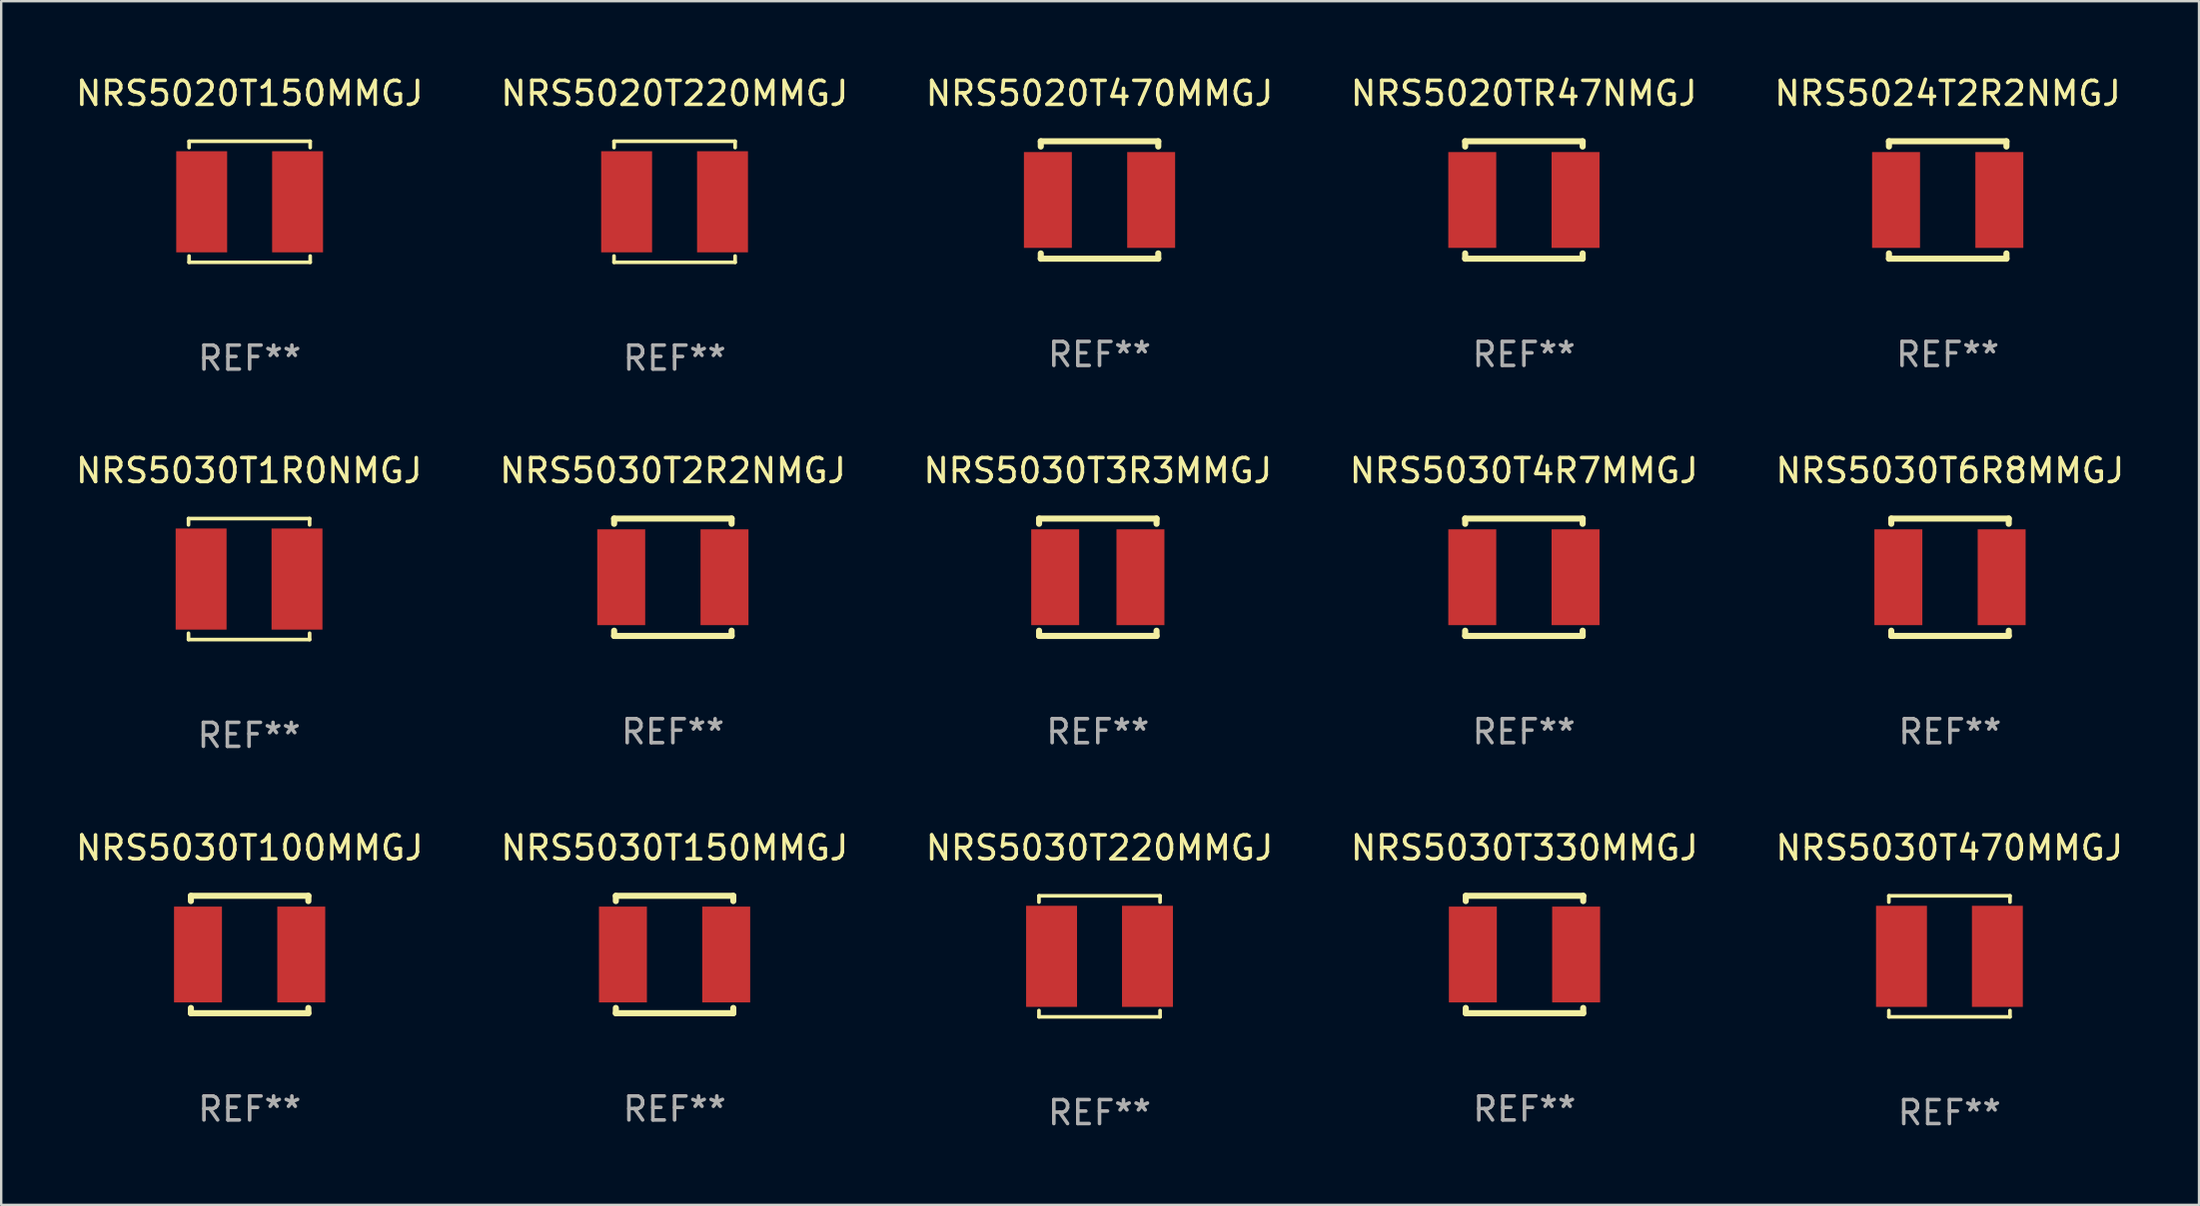
<source format=kicad_pcb>
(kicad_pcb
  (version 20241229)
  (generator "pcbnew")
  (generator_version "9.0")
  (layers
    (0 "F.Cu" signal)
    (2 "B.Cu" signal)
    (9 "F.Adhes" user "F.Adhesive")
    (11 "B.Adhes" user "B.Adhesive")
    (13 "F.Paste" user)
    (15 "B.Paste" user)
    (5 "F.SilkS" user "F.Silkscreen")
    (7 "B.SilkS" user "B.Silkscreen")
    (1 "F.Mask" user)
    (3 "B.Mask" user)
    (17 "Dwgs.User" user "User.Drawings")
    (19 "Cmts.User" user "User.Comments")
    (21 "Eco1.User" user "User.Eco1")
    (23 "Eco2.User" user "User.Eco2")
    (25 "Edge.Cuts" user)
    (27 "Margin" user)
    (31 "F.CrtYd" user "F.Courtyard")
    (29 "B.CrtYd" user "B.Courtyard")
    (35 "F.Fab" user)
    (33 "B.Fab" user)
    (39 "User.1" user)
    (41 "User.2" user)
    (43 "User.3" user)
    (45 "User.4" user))
  (footprint "NRS5030T4R7MMGJ"
    (layer "F.Cu")
    (at 60.518 21.047)
    (property "Reference" "NRS5030T4R7MMGJ" (at 0 -4.45 0) (layer "F.SilkS") (effects (font (size 1 1) (thickness 0.15))))
    (attr through_hole)
    (fp_line (start -2.45 -2.45) (end 2.45 -2.45) (stroke (width 0.254) (type solid)) (layer "F.SilkS"))
    (fp_line (start -2.45 -2.231) (end -2.45 -2.45) (stroke (width 0.254) (type solid)) (layer "F.SilkS"))
    (fp_line (start -2.45 2.45) (end -2.45 2.231) (stroke (width 0.254) (type solid)) (layer "F.SilkS"))
    (fp_line (start -2.45 2.45) (end 2.45 2.45) (stroke (width 0.254) (type solid)) (layer "F.SilkS"))
    (fp_line (start 2.45 -2.45) (end 2.45 -2.231) (stroke (width 0.254) (type solid)) (layer "F.SilkS"))
    (fp_line (start 2.45 2.231) (end 2.45 2.45) (stroke (width 0.254) (type solid)) (layer "F.SilkS"))
    (fp_circle (center -2.45 2.45) (end -2.42 2.45) (stroke (width 0.06) (type solid)) (fill no) (layer "F.SilkS"))
    (fp_text user "REF**" (at 0 6.45 0) (layer "F.Fab") (effects (font (size 1 1) (thickness 0.15))))
    (pad "1" smd rect (at -2.154 0) (size 2 4) (layers "F.Cu" "F.Mask" "F.Paste"))
    (pad "2" smd rect (at 2.154 0) (size 2 4) (layers "F.Cu" "F.Mask" "F.Paste")))
  (footprint "NRS5030T470MMGJ"
    (layer "F.Cu")
    (at 78.268 36.872)
    (property "Reference" "NRS5030T470MMGJ" (at 0 -4.526 0) (layer "F.SilkS") (effects (font (size 1 1) (thickness 0.15))))
    (attr through_hole)
    (fp_line (start -2.526 -2.526) (end 2.526 -2.526) (stroke (width 0.152) (type solid)) (layer "F.SilkS"))
    (fp_line (start -2.526 -2.262) (end -2.526 -2.526) (stroke (width 0.152) (type solid)) (layer "F.SilkS"))
    (fp_line (start -2.526 2.262) (end -2.526 2.526) (stroke (width 0.152) (type solid)) (layer "F.SilkS"))
    (fp_line (start -2.526 2.526) (end 2.526 2.526) (stroke (width 0.152) (type solid)) (layer "F.SilkS"))
    (fp_line (start 2.526 -2.526) (end 2.526 -2.262) (stroke (width 0.152) (type solid)) (layer "F.SilkS"))
    (fp_line (start 2.526 2.526) (end 2.526 2.262) (stroke (width 0.152) (type solid)) (layer "F.SilkS"))
    (fp_circle (center 2.5 -2.5) (end 2.53 -2.5) (stroke (width 0.06) (type solid)) (fill no) (layer "F.SilkS"))
    (fp_text user "REF**" (at 0 6.526 0) (layer "F.Fab") (effects (font (size 1 1) (thickness 0.15))))
    (pad "1" smd rect (at 2 0) (size 2.124 4.22) (layers "F.Cu" "F.Mask" "F.Paste"))
    (pad "2" smd rect (at -2 0) (size 2.124 4.22) (layers "F.Cu" "F.Mask" "F.Paste")))
  (footprint "NRS5020T150MMGJ"
    (layer "F.Cu")
    (at 7.363 5.374)
    (property "Reference" "NRS5020T150MMGJ" (at 0 -4.526 0) (layer "F.SilkS") (effects (font (size 1 1) (thickness 0.15))))
    (attr through_hole)
    (fp_line (start -2.526 -2.526) (end 2.526 -2.526) (stroke (width 0.152) (type solid)) (layer "F.SilkS"))
    (fp_line (start -2.526 -2.262) (end -2.526 -2.526) (stroke (width 0.152) (type solid)) (layer "F.SilkS"))
    (fp_line (start -2.526 2.262) (end -2.526 2.526) (stroke (width 0.152) (type solid)) (layer "F.SilkS"))
    (fp_line (start -2.526 2.526) (end 2.526 2.526) (stroke (width 0.152) (type solid)) (layer "F.SilkS"))
    (fp_line (start 2.526 -2.526) (end 2.526 -2.262) (stroke (width 0.152) (type solid)) (layer "F.SilkS"))
    (fp_line (start 2.526 2.526) (end 2.526 2.262) (stroke (width 0.152) (type solid)) (layer "F.SilkS"))
    (fp_circle (center 2.5 -2.5) (end 2.53 -2.5) (stroke (width 0.06) (type solid)) (fill no) (layer "F.SilkS"))
    (fp_text user "REF**" (at 0 6.526 0) (layer "F.Fab") (effects (font (size 1 1) (thickness 0.15))))
    (pad "1" smd rect (at 2 0) (size 2.124 4.22) (layers "F.Cu" "F.Mask" "F.Paste"))
    (pad "2" smd rect (at -2 0) (size 2.124 4.22) (layers "F.Cu" "F.Mask" "F.Paste")))
  (footprint "NRS5030T6R8MMGJ"
    (layer "F.Cu")
    (at 78.292 21.047)
    (property "Reference" "NRS5030T6R8MMGJ" (at 0 -4.45 0) (layer "F.SilkS") (effects (font (size 1 1) (thickness 0.15))))
    (attr through_hole)
    (fp_line (start -2.45 -2.45) (end 2.45 -2.45) (stroke (width 0.254) (type solid)) (layer "F.SilkS"))
    (fp_line (start -2.45 -2.231) (end -2.45 -2.45) (stroke (width 0.254) (type solid)) (layer "F.SilkS"))
    (fp_line (start -2.45 2.45) (end -2.45 2.231) (stroke (width 0.254) (type solid)) (layer "F.SilkS"))
    (fp_line (start -2.45 2.45) (end 2.45 2.45) (stroke (width 0.254) (type solid)) (layer "F.SilkS"))
    (fp_line (start 2.45 -2.45) (end 2.45 -2.231) (stroke (width 0.254) (type solid)) (layer "F.SilkS"))
    (fp_line (start 2.45 2.231) (end 2.45 2.45) (stroke (width 0.254) (type solid)) (layer "F.SilkS"))
    (fp_circle (center -2.45 2.45) (end -2.42 2.45) (stroke (width 0.06) (type solid)) (fill no) (layer "F.SilkS"))
    (fp_text user "REF**" (at 0 6.45 0) (layer "F.Fab") (effects (font (size 1 1) (thickness 0.15))))
    (pad "1" smd rect (at -2.154 0) (size 2 4) (layers "F.Cu" "F.Mask" "F.Paste"))
    (pad "2" smd rect (at 2.154 0) (size 2 4) (layers "F.Cu" "F.Mask" "F.Paste")))
  (footprint "NRS5024T2R2NMGJ"
    (layer "F.Cu")
    (at 78.196 5.298)
    (property "Reference" "NRS5024T2R2NMGJ" (at 0 -4.45 0) (layer "F.SilkS") (effects (font (size 1 1) (thickness 0.15))))
    (attr through_hole)
    (fp_line (start -2.45 -2.45) (end 2.45 -2.45) (stroke (width 0.254) (type solid)) (layer "F.SilkS"))
    (fp_line (start -2.45 -2.231) (end -2.45 -2.45) (stroke (width 0.254) (type solid)) (layer "F.SilkS"))
    (fp_line (start -2.45 2.45) (end -2.45 2.231) (stroke (width 0.254) (type solid)) (layer "F.SilkS"))
    (fp_line (start -2.45 2.45) (end 2.45 2.45) (stroke (width 0.254) (type solid)) (layer "F.SilkS"))
    (fp_line (start 2.45 -2.45) (end 2.45 -2.231) (stroke (width 0.254) (type solid)) (layer "F.SilkS"))
    (fp_line (start 2.45 2.231) (end 2.45 2.45) (stroke (width 0.254) (type solid)) (layer "F.SilkS"))
    (fp_circle (center -2.45 2.45) (end -2.42 2.45) (stroke (width 0.06) (type solid)) (fill no) (layer "F.SilkS"))
    (fp_text user "REF**" (at 0 6.45 0) (layer "F.Fab") (effects (font (size 1 1) (thickness 0.15))))
    (pad "1" smd rect (at -2.154 0) (size 2 4) (layers "F.Cu" "F.Mask" "F.Paste"))
    (pad "2" smd rect (at 2.154 0) (size 2 4) (layers "F.Cu" "F.Mask" "F.Paste")))
  (footprint "NRS5030T1R0NMGJ"
    (layer "F.Cu")
    (at 7.339 21.123)
    (property "Reference" "NRS5030T1R0NMGJ" (at 0 -4.526 0) (layer "F.SilkS") (effects (font (size 1 1) (thickness 0.15))))
    (attr through_hole)
    (fp_line (start -2.526 -2.526) (end 2.526 -2.526) (stroke (width 0.152) (type solid)) (layer "F.SilkS"))
    (fp_line (start -2.526 -2.262) (end -2.526 -2.526) (stroke (width 0.152) (type solid)) (layer "F.SilkS"))
    (fp_line (start -2.526 2.262) (end -2.526 2.526) (stroke (width 0.152) (type solid)) (layer "F.SilkS"))
    (fp_line (start -2.526 2.526) (end 2.526 2.526) (stroke (width 0.152) (type solid)) (layer "F.SilkS"))
    (fp_line (start 2.526 -2.526) (end 2.526 -2.262) (stroke (width 0.152) (type solid)) (layer "F.SilkS"))
    (fp_line (start 2.526 2.526) (end 2.526 2.262) (stroke (width 0.152) (type solid)) (layer "F.SilkS"))
    (fp_circle (center 2.5 -2.5) (end 2.53 -2.5) (stroke (width 0.06) (type solid)) (fill no) (layer "F.SilkS"))
    (fp_text user "REF**" (at 0 6.526 0) (layer "F.Fab") (effects (font (size 1 1) (thickness 0.15))))
    (pad "1" smd rect (at 2 0) (size 2.124 4.22) (layers "F.Cu" "F.Mask" "F.Paste"))
    (pad "2" smd rect (at -2 0) (size 2.124 4.22) (layers "F.Cu" "F.Mask" "F.Paste")))
  (footprint "NRS5030T2R2NMGJ"
    (layer "F.Cu")
    (at 25.018 21.047)
    (property "Reference" "NRS5030T2R2NMGJ" (at 0 -4.45 0) (layer "F.SilkS") (effects (font (size 1 1) (thickness 0.15))))
    (attr through_hole)
    (fp_line (start -2.45 -2.45) (end 2.45 -2.45) (stroke (width 0.254) (type solid)) (layer "F.SilkS"))
    (fp_line (start -2.45 -2.231) (end -2.45 -2.45) (stroke (width 0.254) (type solid)) (layer "F.SilkS"))
    (fp_line (start -2.45 2.45) (end -2.45 2.231) (stroke (width 0.254) (type solid)) (layer "F.SilkS"))
    (fp_line (start -2.45 2.45) (end 2.45 2.45) (stroke (width 0.254) (type solid)) (layer "F.SilkS"))
    (fp_line (start 2.45 -2.45) (end 2.45 -2.231) (stroke (width 0.254) (type solid)) (layer "F.SilkS"))
    (fp_line (start 2.45 2.231) (end 2.45 2.45) (stroke (width 0.254) (type solid)) (layer "F.SilkS"))
    (fp_circle (center -2.45 2.45) (end -2.42 2.45) (stroke (width 0.06) (type solid)) (fill no) (layer "F.SilkS"))
    (fp_text user "REF**" (at 0 6.45 0) (layer "F.Fab") (effects (font (size 1 1) (thickness 0.15))))
    (pad "1" smd rect (at -2.154 0) (size 2 4) (layers "F.Cu" "F.Mask" "F.Paste"))
    (pad "2" smd rect (at 2.154 0) (size 2 4) (layers "F.Cu" "F.Mask" "F.Paste")))
  (footprint "NRS5020T470MMGJ"
    (layer "F.Cu")
    (at 42.815 5.298)
    (property "Reference" "NRS5020T470MMGJ" (at 0 -4.45 0) (layer "F.SilkS") (effects (font (size 1 1) (thickness 0.15))))
    (attr through_hole)
    (fp_line (start -2.45 -2.45) (end 2.45 -2.45) (stroke (width 0.254) (type solid)) (layer "F.SilkS"))
    (fp_line (start -2.45 -2.231) (end -2.45 -2.45) (stroke (width 0.254) (type solid)) (layer "F.SilkS"))
    (fp_line (start -2.45 2.45) (end -2.45 2.231) (stroke (width 0.254) (type solid)) (layer "F.SilkS"))
    (fp_line (start -2.45 2.45) (end 2.45 2.45) (stroke (width 0.254) (type solid)) (layer "F.SilkS"))
    (fp_line (start 2.45 -2.45) (end 2.45 -2.231) (stroke (width 0.254) (type solid)) (layer "F.SilkS"))
    (fp_line (start 2.45 2.231) (end 2.45 2.45) (stroke (width 0.254) (type solid)) (layer "F.SilkS"))
    (fp_circle (center -2.45 2.45) (end -2.42 2.45) (stroke (width 0.06) (type solid)) (fill no) (layer "F.SilkS"))
    (fp_text user "REF**" (at 0 6.45 0) (layer "F.Fab") (effects (font (size 1 1) (thickness 0.15))))
    (pad "1" smd rect (at -2.154 0) (size 2 4) (layers "F.Cu" "F.Mask" "F.Paste"))
    (pad "2" smd rect (at 2.154 0) (size 2 4) (layers "F.Cu" "F.Mask" "F.Paste")))
  (footprint "NRS5030T150MMGJ"
    (layer "F.Cu")
    (at 25.089 36.796)
    (property "Reference" "NRS5030T150MMGJ" (at 0 -4.45 0) (layer "F.SilkS") (effects (font (size 1 1) (thickness 0.15))))
    (attr through_hole)
    (fp_line (start -2.45 -2.45) (end 2.45 -2.45) (stroke (width 0.254) (type solid)) (layer "F.SilkS"))
    (fp_line (start -2.45 -2.231) (end -2.45 -2.45) (stroke (width 0.254) (type solid)) (layer "F.SilkS"))
    (fp_line (start -2.45 2.45) (end -2.45 2.231) (stroke (width 0.254) (type solid)) (layer "F.SilkS"))
    (fp_line (start -2.45 2.45) (end 2.45 2.45) (stroke (width 0.254) (type solid)) (layer "F.SilkS"))
    (fp_line (start 2.45 -2.45) (end 2.45 -2.231) (stroke (width 0.254) (type solid)) (layer "F.SilkS"))
    (fp_line (start 2.45 2.231) (end 2.45 2.45) (stroke (width 0.254) (type solid)) (layer "F.SilkS"))
    (fp_circle (center -2.45 2.45) (end -2.42 2.45) (stroke (width 0.06) (type solid)) (fill no) (layer "F.SilkS"))
    (fp_text user "REF**" (at 0 6.45 0) (layer "F.Fab") (effects (font (size 1 1) (thickness 0.15))))
    (pad "1" smd rect (at -2.154 0) (size 2 4) (layers "F.Cu" "F.Mask" "F.Paste"))
    (pad "2" smd rect (at 2.154 0) (size 2 4) (layers "F.Cu" "F.Mask" "F.Paste")))
  (footprint "NRS5020TR47NMGJ"
    (layer "F.Cu")
    (at 60.518 5.298)
    (property "Reference" "NRS5020TR47NMGJ" (at 0 -4.45 0) (layer "F.SilkS") (effects (font (size 1 1) (thickness 0.15))))
    (attr through_hole)
    (fp_line (start -2.45 -2.45) (end 2.45 -2.45) (stroke (width 0.254) (type solid)) (layer "F.SilkS"))
    (fp_line (start -2.45 -2.231) (end -2.45 -2.45) (stroke (width 0.254) (type solid)) (layer "F.SilkS"))
    (fp_line (start -2.45 2.45) (end -2.45 2.231) (stroke (width 0.254) (type solid)) (layer "F.SilkS"))
    (fp_line (start -2.45 2.45) (end 2.45 2.45) (stroke (width 0.254) (type solid)) (layer "F.SilkS"))
    (fp_line (start 2.45 -2.45) (end 2.45 -2.231) (stroke (width 0.254) (type solid)) (layer "F.SilkS"))
    (fp_line (start 2.45 2.231) (end 2.45 2.45) (stroke (width 0.254) (type solid)) (layer "F.SilkS"))
    (fp_circle (center -2.45 2.45) (end -2.42 2.45) (stroke (width 0.06) (type solid)) (fill no) (layer "F.SilkS"))
    (fp_text user "REF**" (at 0 6.45 0) (layer "F.Fab") (effects (font (size 1 1) (thickness 0.15))))
    (pad "1" smd rect (at -2.154 0) (size 2 4) (layers "F.Cu" "F.Mask" "F.Paste"))
    (pad "2" smd rect (at 2.154 0) (size 2 4) (layers "F.Cu" "F.Mask" "F.Paste")))
  (footprint "NRS5030T220MMGJ"
    (layer "F.Cu")
    (at 42.815 36.872)
    (property "Reference" "NRS5030T220MMGJ" (at 0 -4.526 0) (layer "F.SilkS") (effects (font (size 1 1) (thickness 0.15))))
    (attr through_hole)
    (fp_line (start -2.526 -2.526) (end 2.526 -2.526) (stroke (width 0.152) (type solid)) (layer "F.SilkS"))
    (fp_line (start -2.526 -2.262) (end -2.526 -2.526) (stroke (width 0.152) (type solid)) (layer "F.SilkS"))
    (fp_line (start -2.526 2.262) (end -2.526 2.526) (stroke (width 0.152) (type solid)) (layer "F.SilkS"))
    (fp_line (start -2.526 2.526) (end 2.526 2.526) (stroke (width 0.152) (type solid)) (layer "F.SilkS"))
    (fp_line (start 2.526 -2.526) (end 2.526 -2.262) (stroke (width 0.152) (type solid)) (layer "F.SilkS"))
    (fp_line (start 2.526 2.526) (end 2.526 2.262) (stroke (width 0.152) (type solid)) (layer "F.SilkS"))
    (fp_circle (center 2.5 -2.5) (end 2.53 -2.5) (stroke (width 0.06) (type solid)) (fill no) (layer "F.SilkS"))
    (fp_text user "REF**" (at 0 6.526 0) (layer "F.Fab") (effects (font (size 1 1) (thickness 0.15))))
    (pad "1" smd rect (at 2 0) (size 2.124 4.22) (layers "F.Cu" "F.Mask" "F.Paste"))
    (pad "2" smd rect (at -2 0) (size 2.124 4.22) (layers "F.Cu" "F.Mask" "F.Paste")))
  (footprint "NRS5030T100MMGJ"
    (layer "F.Cu")
    (at 7.363 36.796)
    (property "Reference" "NRS5030T100MMGJ" (at 0 -4.45 0) (layer "F.SilkS") (effects (font (size 1 1) (thickness 0.15))))
    (attr through_hole)
    (fp_line (start -2.45 -2.45) (end 2.45 -2.45) (stroke (width 0.254) (type solid)) (layer "F.SilkS"))
    (fp_line (start -2.45 -2.231) (end -2.45 -2.45) (stroke (width 0.254) (type solid)) (layer "F.SilkS"))
    (fp_line (start -2.45 2.45) (end -2.45 2.231) (stroke (width 0.254) (type solid)) (layer "F.SilkS"))
    (fp_line (start -2.45 2.45) (end 2.45 2.45) (stroke (width 0.254) (type solid)) (layer "F.SilkS"))
    (fp_line (start 2.45 -2.45) (end 2.45 -2.231) (stroke (width 0.254) (type solid)) (layer "F.SilkS"))
    (fp_line (start 2.45 2.231) (end 2.45 2.45) (stroke (width 0.254) (type solid)) (layer "F.SilkS"))
    (fp_circle (center -2.45 2.45) (end -2.42 2.45) (stroke (width 0.06) (type solid)) (fill no) (layer "F.SilkS"))
    (fp_text user "REF**" (at 0 6.45 0) (layer "F.Fab") (effects (font (size 1 1) (thickness 0.15))))
    (pad "1" smd rect (at -2.154 0) (size 2 4) (layers "F.Cu" "F.Mask" "F.Paste"))
    (pad "2" smd rect (at 2.154 0) (size 2 4) (layers "F.Cu" "F.Mask" "F.Paste")))
  (footprint "NRS5030T330MMGJ"
    (layer "F.Cu")
    (at 60.542 36.796)
    (property "Reference" "NRS5030T330MMGJ" (at 0 -4.45 0) (layer "F.SilkS") (effects (font (size 1 1) (thickness 0.15))))
    (attr through_hole)
    (fp_line (start -2.45 -2.45) (end 2.45 -2.45) (stroke (width 0.254) (type solid)) (layer "F.SilkS"))
    (fp_line (start -2.45 -2.231) (end -2.45 -2.45) (stroke (width 0.254) (type solid)) (layer "F.SilkS"))
    (fp_line (start -2.45 2.45) (end -2.45 2.231) (stroke (width 0.254) (type solid)) (layer "F.SilkS"))
    (fp_line (start -2.45 2.45) (end 2.45 2.45) (stroke (width 0.254) (type solid)) (layer "F.SilkS"))
    (fp_line (start 2.45 -2.45) (end 2.45 -2.231) (stroke (width 0.254) (type solid)) (layer "F.SilkS"))
    (fp_line (start 2.45 2.231) (end 2.45 2.45) (stroke (width 0.254) (type solid)) (layer "F.SilkS"))
    (fp_circle (center -2.45 2.45) (end -2.42 2.45) (stroke (width 0.06) (type solid)) (fill no) (layer "F.SilkS"))
    (fp_text user "REF**" (at 0 6.45 0) (layer "F.Fab") (effects (font (size 1 1) (thickness 0.15))))
    (pad "1" smd rect (at -2.154 0) (size 2 4) (layers "F.Cu" "F.Mask" "F.Paste"))
    (pad "2" smd rect (at 2.154 0) (size 2 4) (layers "F.Cu" "F.Mask" "F.Paste")))
  (footprint "NRS5020T220MMGJ"
    (layer "F.Cu")
    (at 25.089 5.374)
    (property "Reference" "NRS5020T220MMGJ" (at 0 -4.526 0) (layer "F.SilkS") (effects (font (size 1 1) (thickness 0.15))))
    (attr through_hole)
    (fp_line (start -2.526 -2.526) (end 2.526 -2.526) (stroke (width 0.152) (type solid)) (layer "F.SilkS"))
    (fp_line (start -2.526 -2.262) (end -2.526 -2.526) (stroke (width 0.152) (type solid)) (layer "F.SilkS"))
    (fp_line (start -2.526 2.262) (end -2.526 2.526) (stroke (width 0.152) (type solid)) (layer "F.SilkS"))
    (fp_line (start -2.526 2.526) (end 2.526 2.526) (stroke (width 0.152) (type solid)) (layer "F.SilkS"))
    (fp_line (start 2.526 -2.526) (end 2.526 -2.262) (stroke (width 0.152) (type solid)) (layer "F.SilkS"))
    (fp_line (start 2.526 2.526) (end 2.526 2.262) (stroke (width 0.152) (type solid)) (layer "F.SilkS"))
    (fp_circle (center 2.5 -2.5) (end 2.53 -2.5) (stroke (width 0.06) (type solid)) (fill no) (layer "F.SilkS"))
    (fp_text user "REF**" (at 0 6.526 0) (layer "F.Fab") (effects (font (size 1 1) (thickness 0.15))))
    (pad "1" smd rect (at 2 0) (size 2.124 4.22) (layers "F.Cu" "F.Mask" "F.Paste"))
    (pad "2" smd rect (at -2 0) (size 2.124 4.22) (layers "F.Cu" "F.Mask" "F.Paste")))
  (footprint "NRS5030T3R3MMGJ"
    (layer "F.Cu")
    (at 42.744 21.047)
    (property "Reference" "NRS5030T3R3MMGJ" (at 0 -4.45 0) (layer "F.SilkS") (effects (font (size 1 1) (thickness 0.15))))
    (attr through_hole)
    (fp_line (start -2.45 -2.45) (end 2.45 -2.45) (stroke (width 0.254) (type solid)) (layer "F.SilkS"))
    (fp_line (start -2.45 -2.231) (end -2.45 -2.45) (stroke (width 0.254) (type solid)) (layer "F.SilkS"))
    (fp_line (start -2.45 2.45) (end -2.45 2.231) (stroke (width 0.254) (type solid)) (layer "F.SilkS"))
    (fp_line (start -2.45 2.45) (end 2.45 2.45) (stroke (width 0.254) (type solid)) (layer "F.SilkS"))
    (fp_line (start 2.45 -2.45) (end 2.45 -2.231) (stroke (width 0.254) (type solid)) (layer "F.SilkS"))
    (fp_line (start 2.45 2.231) (end 2.45 2.45) (stroke (width 0.254) (type solid)) (layer "F.SilkS"))
    (fp_circle (center -2.5 2.45) (end -2.47 2.45) (stroke (width 0.06) (type solid)) (fill no) (layer "F.SilkS"))
    (fp_text user "REF**" (at 0 6.45 0) (layer "F.Fab") (effects (font (size 1 1) (thickness 0.15))))
    (pad "1" smd rect (at -1.778 0) (size 2 4) (layers "F.Cu" "F.Mask" "F.Paste"))
    (pad "2" smd rect (at 1.778 0) (size 2 4) (layers "F.Cu" "F.Mask" "F.Paste")))
  (gr_rect
    (start -3 -3)
    (end 88.679 47.247)
    (stroke (width 0.1) (type default))
    (fill no)
    (layer "Edge.Cuts")))
</source>
